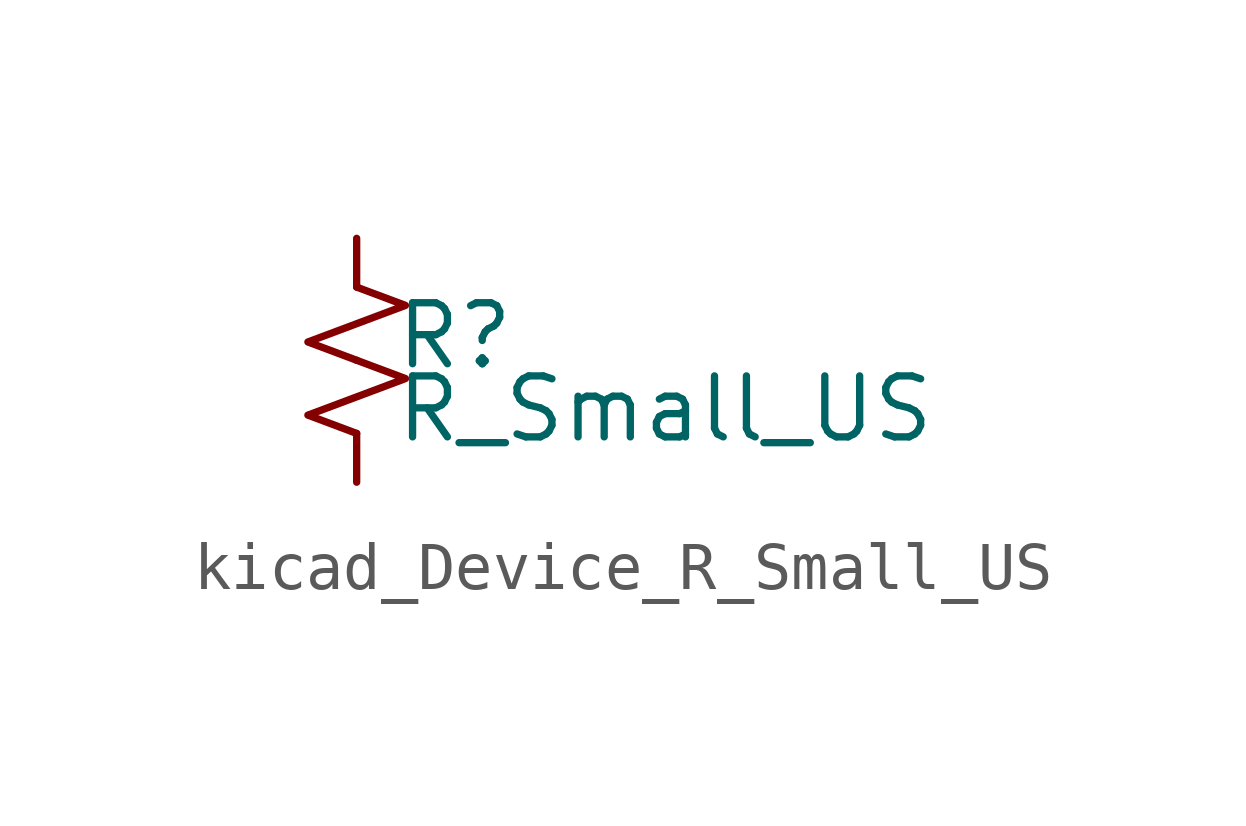
<source format=kicad_sym>
(kicad_symbol_lib
  (version 20220914)
  (generator kicad_symbol_editor)
  (symbol "kicad_Device_R_Small_US"
    (pin_numbers hide)
    (pin_names
      (offset 0.254) hide)
    (property "Reference" "R"
      (at 0.762 0.508 0)
      (effects (font (size 1.27 1.27)) (justify left)))
    (property "Value" "R_Small_US"
      (at 0.762 -1.016 0)
      (effects (font (size 1.27 1.27)) (justify left)))
    (symbol "kicad_Device_R_Small_US_1_1"
      (polyline (pts (xy 0 0) (xy 1.016 -0.381) (xy 0 -0.762) (xy -1.016 -1.143) (xy 0 -1.524)) (stroke (width 0) (type default)) (fill (type none)))
      (polyline (pts (xy 0 1.524) (xy 1.016 1.143) (xy 0 0.762) (xy -1.016 0.381) (xy 0 0)) (stroke (width 0) (type default)) (fill (type none)))
      (pin passive line (at 0 2.54 270) (length 1.016) (name "~" (effects (font (size 1.27 1.27)))) (number "1" (effects (font (size 1.27 1.27)))))
      (pin passive line (at 0 -2.54 90) (length 1.016) (name "~" (effects (font (size 1.27 1.27)))) (number "2" (effects (font (size 1.27 1.27))))))))
</source>
